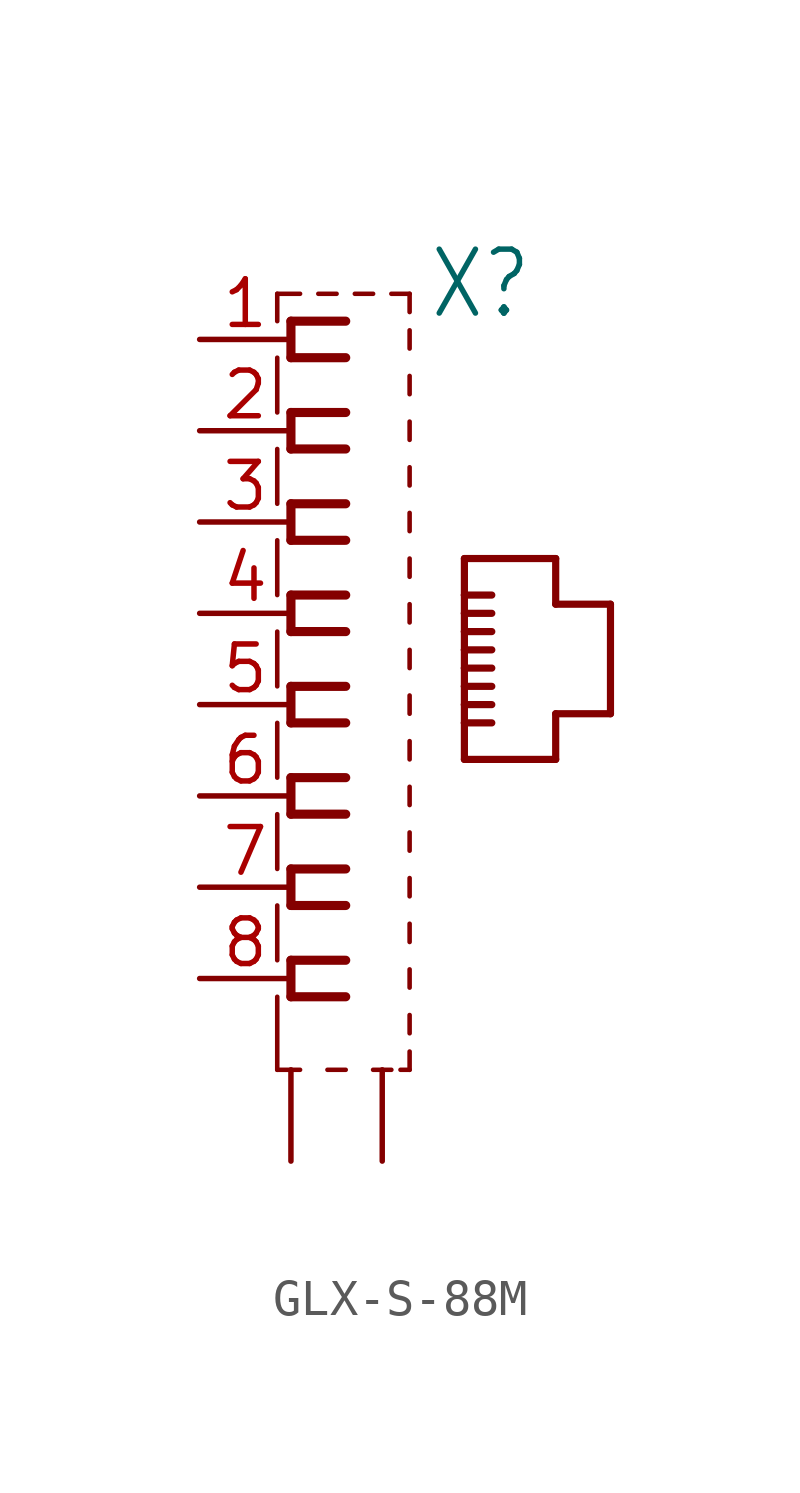
<source format=kicad_sym>
(kicad_symbol_lib
  (version 20220914)
  (generator kicad_symbol_editor)
  (symbol "GLX-S-88M"
    (property "Reference" "X"
      (at 3.81 10.668 0)
      (effects (font (size 1.778 1.511)) (justify left bottom)))
    (property "Value" ""
      (at 3.81 -10.922 0)
      (effects (font (size 1.778 1.511)) (justify left bottom)))
    (property "ki_locked" ""
      (at 0 0 0)
      (effects (font (size 1.27 1.27))))
    (symbol "GLX-S-88M_1_0"
      (polyline (pts (xy -0.381 -10.16) (xy 0.254 -10.16)) (stroke (width 0.127) (type solid)) (fill (type none)))
      (polyline (pts (xy -0.381 -8.128) (xy -0.381 -10.16)) (stroke (width 0.127) (type solid)) (fill (type none)))
      (polyline (pts (xy -0.381 -5.588) (xy -0.381 -7.112)) (stroke (width 0.127) (type solid)) (fill (type none)))
      (polyline (pts (xy -0.381 -3.048) (xy -0.381 -4.572)) (stroke (width 0.127) (type solid)) (fill (type none)))
      (polyline (pts (xy -0.381 -0.508) (xy -0.381 -2.032)) (stroke (width 0.127) (type solid)) (fill (type none)))
      (polyline (pts (xy -0.381 2.032) (xy -0.381 0.508)) (stroke (width 0.127) (type solid)) (fill (type none)))
      (polyline (pts (xy -0.381 4.572) (xy -0.381 3.048)) (stroke (width 0.127) (type solid)) (fill (type none)))
      (polyline (pts (xy -0.381 7.112) (xy -0.381 5.588)) (stroke (width 0.127) (type solid)) (fill (type none)))
      (polyline (pts (xy -0.381 9.652) (xy -0.381 8.128)) (stroke (width 0.127) (type solid)) (fill (type none)))
      (polyline (pts (xy -0.381 11.43) (xy -0.381 10.668)) (stroke (width 0.127) (type solid)) (fill (type none)))
      (polyline (pts (xy 0 -8.128) (xy 1.524 -8.128)) (stroke (width 0.254) (type solid)) (fill (type none)))
      (polyline (pts (xy 0 -7.112) (xy 0 -8.128)) (stroke (width 0.254) (type solid)) (fill (type none)))
      (polyline (pts (xy 0 -5.588) (xy 1.524 -5.588)) (stroke (width 0.254) (type solid)) (fill (type none)))
      (polyline (pts (xy 0 -4.572) (xy 0 -5.588)) (stroke (width 0.254) (type solid)) (fill (type none)))
      (polyline (pts (xy 0 -3.048) (xy 1.524 -3.048)) (stroke (width 0.254) (type solid)) (fill (type none)))
      (polyline (pts (xy 0 -2.032) (xy 0 -3.048)) (stroke (width 0.254) (type solid)) (fill (type none)))
      (polyline (pts (xy 0 -0.508) (xy 1.524 -0.508)) (stroke (width 0.254) (type solid)) (fill (type none)))
      (polyline (pts (xy 0 0.508) (xy 0 -0.508)) (stroke (width 0.254) (type solid)) (fill (type none)))
      (polyline (pts (xy 0 2.032) (xy 1.524 2.032)) (stroke (width 0.254) (type solid)) (fill (type none)))
      (polyline (pts (xy 0 3.048) (xy 0 2.032)) (stroke (width 0.254) (type solid)) (fill (type none)))
      (polyline (pts (xy 0 4.572) (xy 1.524 4.572)) (stroke (width 0.254) (type solid)) (fill (type none)))
      (polyline (pts (xy 0 5.588) (xy 0 4.572)) (stroke (width 0.254) (type solid)) (fill (type none)))
      (polyline (pts (xy 0 7.112) (xy 1.524 7.112)) (stroke (width 0.254) (type solid)) (fill (type none)))
      (polyline (pts (xy 0 8.128) (xy 0 7.112)) (stroke (width 0.254) (type solid)) (fill (type none)))
      (polyline (pts (xy 0 9.652) (xy 1.524 9.652)) (stroke (width 0.254) (type solid)) (fill (type none)))
      (polyline (pts (xy 0 10.668) (xy 0 9.652)) (stroke (width 0.254) (type solid)) (fill (type none)))
      (polyline (pts (xy 0.254 11.43) (xy -0.381 11.43)) (stroke (width 0.127) (type solid)) (fill (type none)))
      (polyline (pts (xy 1.016 -10.16) (xy 1.524 -10.16)) (stroke (width 0.127) (type solid)) (fill (type none)))
      (polyline (pts (xy 1.27 11.43) (xy 0.762 11.43)) (stroke (width 0.127) (type solid)) (fill (type none)))
      (polyline (pts (xy 1.524 -7.112) (xy 0 -7.112)) (stroke (width 0.254) (type solid)) (fill (type none)))
      (polyline (pts (xy 1.524 -4.572) (xy 0 -4.572)) (stroke (width 0.254) (type solid)) (fill (type none)))
      (polyline (pts (xy 1.524 -2.032) (xy 0 -2.032)) (stroke (width 0.254) (type solid)) (fill (type none)))
      (polyline (pts (xy 1.524 0.508) (xy 0 0.508)) (stroke (width 0.254) (type solid)) (fill (type none)))
      (polyline (pts (xy 1.524 3.048) (xy 0 3.048)) (stroke (width 0.254) (type solid)) (fill (type none)))
      (polyline (pts (xy 1.524 5.588) (xy 0 5.588)) (stroke (width 0.254) (type solid)) (fill (type none)))
      (polyline (pts (xy 1.524 8.128) (xy 0 8.128)) (stroke (width 0.254) (type solid)) (fill (type none)))
      (polyline (pts (xy 1.524 10.668) (xy 0 10.668)) (stroke (width 0.254) (type solid)) (fill (type none)))
      (polyline (pts (xy 2.286 -10.16) (xy 2.794 -10.16)) (stroke (width 0.127) (type solid)) (fill (type none)))
      (polyline (pts (xy 2.286 11.43) (xy 1.778 11.43)) (stroke (width 0.127) (type solid)) (fill (type none)))
      (polyline (pts (xy 3.048 -10.16) (xy 3.302 -10.16)) (stroke (width 0.127) (type solid)) (fill (type none)))
      (polyline (pts (xy 3.302 -10.16) (xy 3.302 -9.652)) (stroke (width 0.127) (type solid)) (fill (type none)))
      (polyline (pts (xy 3.302 -9.144) (xy 3.302 -8.636)) (stroke (width 0.127) (type solid)) (fill (type none)))
      (polyline (pts (xy 3.302 -7.874) (xy 3.302 -7.366)) (stroke (width 0.127) (type solid)) (fill (type none)))
      (polyline (pts (xy 3.302 -6.604) (xy 3.302 -6.096)) (stroke (width 0.127) (type solid)) (fill (type none)))
      (polyline (pts (xy 3.302 -5.334) (xy 3.302 -4.826)) (stroke (width 0.127) (type solid)) (fill (type none)))
      (polyline (pts (xy 3.302 -4.064) (xy 3.302 -3.556)) (stroke (width 0.127) (type solid)) (fill (type none)))
      (polyline (pts (xy 3.302 -2.794) (xy 3.302 -2.286)) (stroke (width 0.127) (type solid)) (fill (type none)))
      (polyline (pts (xy 3.302 -1.524) (xy 3.302 -1.016)) (stroke (width 0.127) (type solid)) (fill (type none)))
      (polyline (pts (xy 3.302 -0.254) (xy 3.302 0.254)) (stroke (width 0.127) (type solid)) (fill (type none)))
      (polyline (pts (xy 3.302 1.016) (xy 3.302 1.524)) (stroke (width 0.127) (type solid)) (fill (type none)))
      (polyline (pts (xy 3.302 2.286) (xy 3.302 2.794)) (stroke (width 0.127) (type solid)) (fill (type none)))
      (polyline (pts (xy 3.302 3.556) (xy 3.302 4.064)) (stroke (width 0.127) (type solid)) (fill (type none)))
      (polyline (pts (xy 3.302 4.826) (xy 3.302 5.334)) (stroke (width 0.127) (type solid)) (fill (type none)))
      (polyline (pts (xy 3.302 6.096) (xy 3.302 6.604)) (stroke (width 0.127) (type solid)) (fill (type none)))
      (polyline (pts (xy 3.302 7.366) (xy 3.302 7.874)) (stroke (width 0.127) (type solid)) (fill (type none)))
      (polyline (pts (xy 3.302 8.636) (xy 3.302 9.144)) (stroke (width 0.127) (type solid)) (fill (type none)))
      (polyline (pts (xy 3.302 9.906) (xy 3.302 10.414)) (stroke (width 0.127) (type solid)) (fill (type none)))
      (polyline (pts (xy 3.302 10.922) (xy 3.302 11.43)) (stroke (width 0.127) (type solid)) (fill (type none)))
      (polyline (pts (xy 3.302 11.43) (xy 2.794 11.43)) (stroke (width 0.127) (type solid)) (fill (type none)))
      (polyline (pts (xy 4.826 -1.524) (xy 7.366 -1.524)) (stroke (width 0.2) (type solid)) (fill (type none)))
      (polyline (pts (xy 4.826 -0.508) (xy 4.826 -1.524)) (stroke (width 0.2) (type solid)) (fill (type none)))
      (polyline (pts (xy 4.826 -0.508) (xy 5.588 -0.508)) (stroke (width 0.2) (type solid)) (fill (type none)))
      (polyline (pts (xy 4.826 0) (xy 4.826 -0.508)) (stroke (width 0.2) (type solid)) (fill (type none)))
      (polyline (pts (xy 4.826 0) (xy 5.588 0)) (stroke (width 0.2) (type solid)) (fill (type none)))
      (polyline (pts (xy 4.826 0.508) (xy 4.826 0)) (stroke (width 0.2) (type solid)) (fill (type none)))
      (polyline (pts (xy 4.826 0.508) (xy 5.588 0.508)) (stroke (width 0.2) (type solid)) (fill (type none)))
      (polyline (pts (xy 4.826 1.016) (xy 4.826 0.508)) (stroke (width 0.2) (type solid)) (fill (type none)))
      (polyline (pts (xy 4.826 1.016) (xy 5.588 1.016)) (stroke (width 0.2) (type solid)) (fill (type none)))
      (polyline (pts (xy 4.826 1.524) (xy 4.826 1.016)) (stroke (width 0.2) (type solid)) (fill (type none)))
      (polyline (pts (xy 4.826 1.524) (xy 5.588 1.524)) (stroke (width 0.2) (type solid)) (fill (type none)))
      (polyline (pts (xy 4.826 2.032) (xy 4.826 1.524)) (stroke (width 0.2) (type solid)) (fill (type none)))
      (polyline (pts (xy 4.826 2.032) (xy 5.588 2.032)) (stroke (width 0.2) (type solid)) (fill (type none)))
      (polyline (pts (xy 4.826 2.54) (xy 4.826 2.032)) (stroke (width 0.2) (type solid)) (fill (type none)))
      (polyline (pts (xy 4.826 2.54) (xy 5.588 2.54)) (stroke (width 0.2) (type solid)) (fill (type none)))
      (polyline (pts (xy 4.826 3.048) (xy 4.826 2.54)) (stroke (width 0.2) (type solid)) (fill (type none)))
      (polyline (pts (xy 4.826 3.048) (xy 5.588 3.048)) (stroke (width 0.2) (type solid)) (fill (type none)))
      (polyline (pts (xy 4.826 4.064) (xy 4.826 3.048)) (stroke (width 0.2) (type solid)) (fill (type none)))
      (polyline (pts (xy 7.366 -1.524) (xy 7.366 -0.254)) (stroke (width 0.2) (type solid)) (fill (type none)))
      (polyline (pts (xy 7.366 -0.254) (xy 8.89 -0.254)) (stroke (width 0.2) (type solid)) (fill (type none)))
      (polyline (pts (xy 7.366 2.794) (xy 7.366 4.064)) (stroke (width 0.2) (type solid)) (fill (type none)))
      (polyline (pts (xy 7.366 4.064) (xy 4.826 4.064)) (stroke (width 0.2) (type solid)) (fill (type none)))
      (polyline (pts (xy 8.89 -0.254) (xy 8.89 2.794)) (stroke (width 0.2) (type solid)) (fill (type none)))
      (polyline (pts (xy 8.89 2.794) (xy 7.366 2.794)) (stroke (width 0.2) (type solid)) (fill (type none)))
      (pin passive line (at -2.54 10.16 0) (length 2.54) (name "1" (effects (font (size 0 0)))) (number "1" (effects (font (size 1.27 1.27)))))
      (pin passive line (at -2.54 7.62 0) (length 2.54) (name "2" (effects (font (size 0 0)))) (number "2" (effects (font (size 1.27 1.27)))))
      (pin passive line (at -2.54 5.08 0) (length 2.54) (name "3" (effects (font (size 0 0)))) (number "3" (effects (font (size 1.27 1.27)))))
      (pin passive line (at -2.54 2.54 0) (length 2.54) (name "4" (effects (font (size 0 0)))) (number "4" (effects (font (size 1.27 1.27)))))
      (pin passive line (at -2.54 0 0) (length 2.54) (name "5" (effects (font (size 0 0)))) (number "5" (effects (font (size 1.27 1.27)))))
      (pin passive line (at -2.54 -2.54 0) (length 2.54) (name "6" (effects (font (size 0 0)))) (number "6" (effects (font (size 1.27 1.27)))))
      (pin passive line (at -2.54 -5.08 0) (length 2.54) (name "7" (effects (font (size 0 0)))) (number "7" (effects (font (size 1.27 1.27)))))
      (pin passive line (at -2.54 -7.62 0) (length 2.54) (name "8" (effects (font (size 0 0)))) (number "8" (effects (font (size 1.27 1.27)))))
      (pin passive line (at 0 -12.7 90) (length 2.54) (name "S1" (effects (font (size 0 0)))) (number "S1" (effects (font (size 0 0)))))
      (pin passive line (at 2.54 -12.7 90) (length 2.54) (name "S2" (effects (font (size 0 0)))) (number "S2" (effects (font (size 0 0))))))))
</source>
